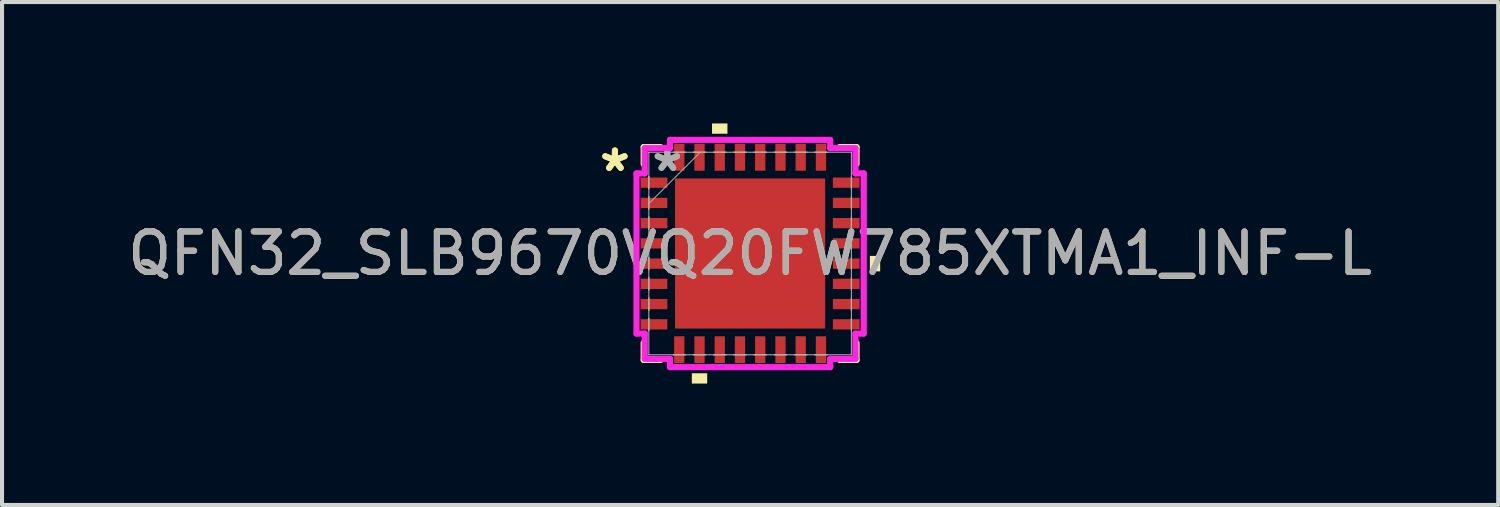
<source format=kicad_pcb>
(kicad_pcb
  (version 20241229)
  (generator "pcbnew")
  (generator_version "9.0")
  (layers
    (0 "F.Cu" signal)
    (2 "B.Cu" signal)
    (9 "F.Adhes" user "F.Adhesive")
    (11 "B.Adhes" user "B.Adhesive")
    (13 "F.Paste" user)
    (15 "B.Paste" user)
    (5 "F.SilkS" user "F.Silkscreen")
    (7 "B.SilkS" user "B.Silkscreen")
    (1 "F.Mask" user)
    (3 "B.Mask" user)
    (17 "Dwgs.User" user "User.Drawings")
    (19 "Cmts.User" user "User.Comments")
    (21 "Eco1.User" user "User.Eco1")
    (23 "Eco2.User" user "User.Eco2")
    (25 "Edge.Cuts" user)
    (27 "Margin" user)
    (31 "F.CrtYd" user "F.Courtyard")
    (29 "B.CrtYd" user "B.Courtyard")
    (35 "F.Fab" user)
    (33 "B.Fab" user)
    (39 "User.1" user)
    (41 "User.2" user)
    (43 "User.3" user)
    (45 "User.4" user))
  (footprint "QFN32_SLB9670VQ20FW785XTMA1_INF-L"
    (layer "F.Cu")
    (at 15.482 3.213)
    (property "Reference" "QFN32_SLB9670VQ20FW785XTMA1_INF-L" (at 0 0 0) (unlocked yes) (layer "F.SilkS") (effects (font (size 1 1) (thickness 0.15))))
    (attr smd)
    (fp_line (start -2.629 -2.629) (end -2.629 -2.21) (stroke (width 0.152) (type solid)) (layer "F.SilkS"))
    (fp_line (start -2.629 2.21) (end -2.629 2.629) (stroke (width 0.152) (type solid)) (layer "F.SilkS"))
    (fp_line (start -2.629 2.629) (end -2.21 2.629) (stroke (width 0.152) (type solid)) (layer "F.SilkS"))
    (fp_line (start -2.21 -2.629) (end -2.629 -2.629) (stroke (width 0.152) (type solid)) (layer "F.SilkS"))
    (fp_line (start 2.21 2.629) (end 2.629 2.629) (stroke (width 0.152) (type solid)) (layer "F.SilkS"))
    (fp_line (start 2.629 -2.629) (end 2.21 -2.629) (stroke (width 0.152) (type solid)) (layer "F.SilkS"))
    (fp_line (start 2.629 -2.21) (end 2.629 -2.629) (stroke (width 0.152) (type solid)) (layer "F.SilkS"))
    (fp_line (start 2.629 2.629) (end 2.629 2.21) (stroke (width 0.152) (type solid)) (layer "F.SilkS"))
    (fp_poly (pts (xy -1.44 2.959) (xy -1.44 3.213) (xy -1.06 3.213) (xy -1.06 2.959)) (stroke (width 0) (type solid)) (fill yes) (layer "F.SilkS"))
    (fp_poly (pts (xy -0.941 -2.959) (xy -0.941 -3.213) (xy -0.56 -3.213) (xy -0.56 -2.959)) (stroke (width 0) (type solid)) (fill yes) (layer "F.SilkS"))
    (fp_poly (pts (xy 3.213 0.059) (xy 3.213 0.441) (xy 2.959 0.441) (xy 2.959 0.059)) (stroke (width 0) (type solid)) (fill yes) (layer "F.SilkS"))
    (fp_poly (pts (xy -1.754 -1.754) (xy -1.754 -0.1) (xy -0.1 -0.1) (xy -0.1 -1.754)) (stroke (width 0) (type solid)) (fill yes) (layer "F.Paste"))
    (fp_poly (pts (xy -1.754 0.1) (xy -1.754 1.754) (xy -0.1 1.754) (xy -0.1 0.1)) (stroke (width 0) (type solid)) (fill yes) (layer "F.Paste"))
    (fp_poly (pts (xy 0.1 -1.754) (xy 0.1 -0.1) (xy 1.754 -0.1) (xy 1.754 -1.754)) (stroke (width 0) (type solid)) (fill yes) (layer "F.Paste"))
    (fp_poly (pts (xy 0.1 0.1) (xy 0.1 1.754) (xy 1.754 1.754) (xy 1.754 0.1)) (stroke (width 0) (type solid)) (fill yes) (layer "F.Paste"))
    (fp_line (start -2.807 -1.979) (end -2.603 -1.979) (stroke (width 0.152) (type solid)) (layer "F.CrtYd"))
    (fp_line (start -2.807 1.979) (end -2.807 -1.979) (stroke (width 0.152) (type solid)) (layer "F.CrtYd"))
    (fp_line (start -2.603 -2.603) (end -1.979 -2.603) (stroke (width 0.152) (type solid)) (layer "F.CrtYd"))
    (fp_line (start -2.603 -1.979) (end -2.603 -2.603) (stroke (width 0.152) (type solid)) (layer "F.CrtYd"))
    (fp_line (start -2.603 1.979) (end -2.807 1.979) (stroke (width 0.152) (type solid)) (layer "F.CrtYd"))
    (fp_line (start -2.603 2.603) (end -2.603 1.979) (stroke (width 0.152) (type solid)) (layer "F.CrtYd"))
    (fp_line (start -1.979 -2.807) (end 1.979 -2.807) (stroke (width 0.152) (type solid)) (layer "F.CrtYd"))
    (fp_line (start -1.979 -2.603) (end -1.979 -2.807) (stroke (width 0.152) (type solid)) (layer "F.CrtYd"))
    (fp_line (start -1.979 2.603) (end -2.603 2.603) (stroke (width 0.152) (type solid)) (layer "F.CrtYd"))
    (fp_line (start -1.979 2.807) (end -1.979 2.603) (stroke (width 0.152) (type solid)) (layer "F.CrtYd"))
    (fp_line (start 1.979 -2.807) (end 1.979 -2.603) (stroke (width 0.152) (type solid)) (layer "F.CrtYd"))
    (fp_line (start 1.979 -2.603) (end 2.603 -2.603) (stroke (width 0.152) (type solid)) (layer "F.CrtYd"))
    (fp_line (start 1.979 2.603) (end 1.979 2.807) (stroke (width 0.152) (type solid)) (layer "F.CrtYd"))
    (fp_line (start 1.979 2.807) (end -1.979 2.807) (stroke (width 0.152) (type solid)) (layer "F.CrtYd"))
    (fp_line (start 2.603 -2.603) (end 2.603 -1.979) (stroke (width 0.152) (type solid)) (layer "F.CrtYd"))
    (fp_line (start 2.603 -1.979) (end 2.807 -1.979) (stroke (width 0.152) (type solid)) (layer "F.CrtYd"))
    (fp_line (start 2.603 1.979) (end 2.603 2.603) (stroke (width 0.152) (type solid)) (layer "F.CrtYd"))
    (fp_line (start 2.603 2.603) (end 1.979 2.603) (stroke (width 0.152) (type solid)) (layer "F.CrtYd"))
    (fp_line (start 2.807 -1.979) (end 2.807 1.979) (stroke (width 0.152) (type solid)) (layer "F.CrtYd"))
    (fp_line (start 2.807 1.979) (end 2.603 1.979) (stroke (width 0.152) (type solid)) (layer "F.CrtYd"))
    (fp_line (start -2.502 -2.502) (end -2.502 -2.502) (stroke (width 0.025) (type solid)) (layer "F.Fab"))
    (fp_line (start -2.502 -2.502) (end -2.502 2.502) (stroke (width 0.025) (type solid)) (layer "F.Fab"))
    (fp_line (start -2.502 -1.902) (end -2.502 -1.902) (stroke (width 0.025) (type solid)) (layer "F.Fab"))
    (fp_line (start -2.502 -1.902) (end -2.502 -1.598) (stroke (width 0.025) (type solid)) (layer "F.Fab"))
    (fp_line (start -2.502 -1.598) (end -2.502 -1.902) (stroke (width 0.025) (type solid)) (layer "F.Fab"))
    (fp_line (start -2.502 -1.598) (end -2.502 -1.598) (stroke (width 0.025) (type solid)) (layer "F.Fab"))
    (fp_line (start -2.502 -1.402) (end -2.502 -1.402) (stroke (width 0.025) (type solid)) (layer "F.Fab"))
    (fp_line (start -2.502 -1.402) (end -2.502 -1.098) (stroke (width 0.025) (type solid)) (layer "F.Fab"))
    (fp_line (start -2.502 -1.232) (end -1.232 -2.502) (stroke (width 0.025) (type solid)) (layer "F.Fab"))
    (fp_line (start -2.502 -1.098) (end -2.502 -1.402) (stroke (width 0.025) (type solid)) (layer "F.Fab"))
    (fp_line (start -2.502 -1.098) (end -2.502 -1.098) (stroke (width 0.025) (type solid)) (layer "F.Fab"))
    (fp_line (start -2.502 -0.902) (end -2.502 -0.902) (stroke (width 0.025) (type solid)) (layer "F.Fab"))
    (fp_line (start -2.502 -0.902) (end -2.502 -0.598) (stroke (width 0.025) (type solid)) (layer "F.Fab"))
    (fp_line (start -2.502 -0.598) (end -2.502 -0.902) (stroke (width 0.025) (type solid)) (layer "F.Fab"))
    (fp_line (start -2.502 -0.598) (end -2.502 -0.598) (stroke (width 0.025) (type solid)) (layer "F.Fab"))
    (fp_line (start -2.502 -0.402) (end -2.502 -0.402) (stroke (width 0.025) (type solid)) (layer "F.Fab"))
    (fp_line (start -2.502 -0.402) (end -2.502 -0.098) (stroke (width 0.025) (type solid)) (layer "F.Fab"))
    (fp_line (start -2.502 -0.098) (end -2.502 -0.402) (stroke (width 0.025) (type solid)) (layer "F.Fab"))
    (fp_line (start -2.502 -0.098) (end -2.502 -0.098) (stroke (width 0.025) (type solid)) (layer "F.Fab"))
    (fp_line (start -2.502 0.098) (end -2.502 0.098) (stroke (width 0.025) (type solid)) (layer "F.Fab"))
    (fp_line (start -2.502 0.098) (end -2.502 0.402) (stroke (width 0.025) (type solid)) (layer "F.Fab"))
    (fp_line (start -2.502 0.402) (end -2.502 0.098) (stroke (width 0.025) (type solid)) (layer "F.Fab"))
    (fp_line (start -2.502 0.402) (end -2.502 0.402) (stroke (width 0.025) (type solid)) (layer "F.Fab"))
    (fp_line (start -2.502 0.598) (end -2.502 0.598) (stroke (width 0.025) (type solid)) (layer "F.Fab"))
    (fp_line (start -2.502 0.598) (end -2.502 0.902) (stroke (width 0.025) (type solid)) (layer "F.Fab"))
    (fp_line (start -2.502 0.902) (end -2.502 0.598) (stroke (width 0.025) (type solid)) (layer "F.Fab"))
    (fp_line (start -2.502 0.902) (end -2.502 0.902) (stroke (width 0.025) (type solid)) (layer "F.Fab"))
    (fp_line (start -2.502 1.098) (end -2.502 1.098) (stroke (width 0.025) (type solid)) (layer "F.Fab"))
    (fp_line (start -2.502 1.098) (end -2.502 1.402) (stroke (width 0.025) (type solid)) (layer "F.Fab"))
    (fp_line (start -2.502 1.402) (end -2.502 1.098) (stroke (width 0.025) (type solid)) (layer "F.Fab"))
    (fp_line (start -2.502 1.402) (end -2.502 1.402) (stroke (width 0.025) (type solid)) (layer "F.Fab"))
    (fp_line (start -2.502 1.598) (end -2.502 1.598) (stroke (width 0.025) (type solid)) (layer "F.Fab"))
    (fp_line (start -2.502 1.598) (end -2.502 1.902) (stroke (width 0.025) (type solid)) (layer "F.Fab"))
    (fp_line (start -2.502 1.902) (end -2.502 1.598) (stroke (width 0.025) (type solid)) (layer "F.Fab"))
    (fp_line (start -2.502 1.902) (end -2.502 1.902) (stroke (width 0.025) (type solid)) (layer "F.Fab"))
    (fp_line (start -2.502 2.502) (end -2.502 2.502) (stroke (width 0.025) (type solid)) (layer "F.Fab"))
    (fp_line (start -2.502 2.502) (end 2.502 2.502) (stroke (width 0.025) (type solid)) (layer "F.Fab"))
    (fp_line (start -1.902 -2.502) (end -1.902 -2.502) (stroke (width 0.025) (type solid)) (layer "F.Fab"))
    (fp_line (start -1.902 -2.502) (end -1.598 -2.502) (stroke (width 0.025) (type solid)) (layer "F.Fab"))
    (fp_line (start -1.902 2.502) (end -1.902 2.502) (stroke (width 0.025) (type solid)) (layer "F.Fab"))
    (fp_line (start -1.902 2.502) (end -1.598 2.502) (stroke (width 0.025) (type solid)) (layer "F.Fab"))
    (fp_line (start -1.598 -2.502) (end -1.902 -2.502) (stroke (width 0.025) (type solid)) (layer "F.Fab"))
    (fp_line (start -1.598 -2.502) (end -1.598 -2.502) (stroke (width 0.025) (type solid)) (layer "F.Fab"))
    (fp_line (start -1.598 2.502) (end -1.902 2.502) (stroke (width 0.025) (type solid)) (layer "F.Fab"))
    (fp_line (start -1.598 2.502) (end -1.598 2.502) (stroke (width 0.025) (type solid)) (layer "F.Fab"))
    (fp_line (start -1.402 -2.502) (end -1.402 -2.502) (stroke (width 0.025) (type solid)) (layer "F.Fab"))
    (fp_line (start -1.402 -2.502) (end -1.098 -2.502) (stroke (width 0.025) (type solid)) (layer "F.Fab"))
    (fp_line (start -1.402 2.502) (end -1.402 2.502) (stroke (width 0.025) (type solid)) (layer "F.Fab"))
    (fp_line (start -1.402 2.502) (end -1.098 2.502) (stroke (width 0.025) (type solid)) (layer "F.Fab"))
    (fp_line (start -1.098 -2.502) (end -1.402 -2.502) (stroke (width 0.025) (type solid)) (layer "F.Fab"))
    (fp_line (start -1.098 -2.502) (end -1.098 -2.502) (stroke (width 0.025) (type solid)) (layer "F.Fab"))
    (fp_line (start -1.098 2.502) (end -1.402 2.502) (stroke (width 0.025) (type solid)) (layer "F.Fab"))
    (fp_line (start -1.098 2.502) (end -1.098 2.502) (stroke (width 0.025) (type solid)) (layer "F.Fab"))
    (fp_line (start -0.902 -2.502) (end -0.902 -2.502) (stroke (width 0.025) (type solid)) (layer "F.Fab"))
    (fp_line (start -0.902 -2.502) (end -0.598 -2.502) (stroke (width 0.025) (type solid)) (layer "F.Fab"))
    (fp_line (start -0.902 2.502) (end -0.902 2.502) (stroke (width 0.025) (type solid)) (layer "F.Fab"))
    (fp_line (start -0.902 2.502) (end -0.598 2.502) (stroke (width 0.025) (type solid)) (layer "F.Fab"))
    (fp_line (start -0.598 -2.502) (end -0.902 -2.502) (stroke (width 0.025) (type solid)) (layer "F.Fab"))
    (fp_line (start -0.598 -2.502) (end -0.598 -2.502) (stroke (width 0.025) (type solid)) (layer "F.Fab"))
    (fp_line (start -0.598 2.502) (end -0.902 2.502) (stroke (width 0.025) (type solid)) (layer "F.Fab"))
    (fp_line (start -0.598 2.502) (end -0.598 2.502) (stroke (width 0.025) (type solid)) (layer "F.Fab"))
    (fp_line (start -0.402 -2.502) (end -0.402 -2.502) (stroke (width 0.025) (type solid)) (layer "F.Fab"))
    (fp_line (start -0.402 -2.502) (end -0.098 -2.502) (stroke (width 0.025) (type solid)) (layer "F.Fab"))
    (fp_line (start -0.402 2.502) (end -0.402 2.502) (stroke (width 0.025) (type solid)) (layer "F.Fab"))
    (fp_line (start -0.402 2.502) (end -0.098 2.502) (stroke (width 0.025) (type solid)) (layer "F.Fab"))
    (fp_line (start -0.098 -2.502) (end -0.402 -2.502) (stroke (width 0.025) (type solid)) (layer "F.Fab"))
    (fp_line (start -0.098 -2.502) (end -0.098 -2.502) (stroke (width 0.025) (type solid)) (layer "F.Fab"))
    (fp_line (start -0.098 2.502) (end -0.402 2.502) (stroke (width 0.025) (type solid)) (layer "F.Fab"))
    (fp_line (start -0.098 2.502) (end -0.098 2.502) (stroke (width 0.025) (type solid)) (layer "F.Fab"))
    (fp_line (start 0.098 -2.502) (end 0.098 -2.502) (stroke (width 0.025) (type solid)) (layer "F.Fab"))
    (fp_line (start 0.098 -2.502) (end 0.402 -2.502) (stroke (width 0.025) (type solid)) (layer "F.Fab"))
    (fp_line (start 0.098 2.502) (end 0.098 2.502) (stroke (width 0.025) (type solid)) (layer "F.Fab"))
    (fp_line (start 0.098 2.502) (end 0.402 2.502) (stroke (width 0.025) (type solid)) (layer "F.Fab"))
    (fp_line (start 0.402 -2.502) (end 0.098 -2.502) (stroke (width 0.025) (type solid)) (layer "F.Fab"))
    (fp_line (start 0.402 -2.502) (end 0.402 -2.502) (stroke (width 0.025) (type solid)) (layer "F.Fab"))
    (fp_line (start 0.402 2.502) (end 0.098 2.502) (stroke (width 0.025) (type solid)) (layer "F.Fab"))
    (fp_line (start 0.402 2.502) (end 0.402 2.502) (stroke (width 0.025) (type solid)) (layer "F.Fab"))
    (fp_line (start 0.598 -2.502) (end 0.598 -2.502) (stroke (width 0.025) (type solid)) (layer "F.Fab"))
    (fp_line (start 0.598 -2.502) (end 0.902 -2.502) (stroke (width 0.025) (type solid)) (layer "F.Fab"))
    (fp_line (start 0.598 2.502) (end 0.598 2.502) (stroke (width 0.025) (type solid)) (layer "F.Fab"))
    (fp_line (start 0.598 2.502) (end 0.902 2.502) (stroke (width 0.025) (type solid)) (layer "F.Fab"))
    (fp_line (start 0.902 -2.502) (end 0.598 -2.502) (stroke (width 0.025) (type solid)) (layer "F.Fab"))
    (fp_line (start 0.902 -2.502) (end 0.902 -2.502) (stroke (width 0.025) (type solid)) (layer "F.Fab"))
    (fp_line (start 0.902 2.502) (end 0.598 2.502) (stroke (width 0.025) (type solid)) (layer "F.Fab"))
    (fp_line (start 0.902 2.502) (end 0.902 2.502) (stroke (width 0.025) (type solid)) (layer "F.Fab"))
    (fp_line (start 1.098 -2.502) (end 1.098 -2.502) (stroke (width 0.025) (type solid)) (layer "F.Fab"))
    (fp_line (start 1.098 -2.502) (end 1.402 -2.502) (stroke (width 0.025) (type solid)) (layer "F.Fab"))
    (fp_line (start 1.098 2.502) (end 1.098 2.502) (stroke (width 0.025) (type solid)) (layer "F.Fab"))
    (fp_line (start 1.098 2.502) (end 1.402 2.502) (stroke (width 0.025) (type solid)) (layer "F.Fab"))
    (fp_line (start 1.402 -2.502) (end 1.098 -2.502) (stroke (width 0.025) (type solid)) (layer "F.Fab"))
    (fp_line (start 1.402 -2.502) (end 1.402 -2.502) (stroke (width 0.025) (type solid)) (layer "F.Fab"))
    (fp_line (start 1.402 2.502) (end 1.098 2.502) (stroke (width 0.025) (type solid)) (layer "F.Fab"))
    (fp_line (start 1.402 2.502) (end 1.402 2.502) (stroke (width 0.025) (type solid)) (layer "F.Fab"))
    (fp_line (start 1.598 -2.502) (end 1.598 -2.502) (stroke (width 0.025) (type solid)) (layer "F.Fab"))
    (fp_line (start 1.598 -2.502) (end 1.902 -2.502) (stroke (width 0.025) (type solid)) (layer "F.Fab"))
    (fp_line (start 1.598 2.502) (end 1.598 2.502) (stroke (width 0.025) (type solid)) (layer "F.Fab"))
    (fp_line (start 1.598 2.502) (end 1.902 2.502) (stroke (width 0.025) (type solid)) (layer "F.Fab"))
    (fp_line (start 1.902 -2.502) (end 1.598 -2.502) (stroke (width 0.025) (type solid)) (layer "F.Fab"))
    (fp_line (start 1.902 -2.502) (end 1.902 -2.502) (stroke (width 0.025) (type solid)) (layer "F.Fab"))
    (fp_line (start 1.902 2.502) (end 1.598 2.502) (stroke (width 0.025) (type solid)) (layer "F.Fab"))
    (fp_line (start 1.902 2.502) (end 1.902 2.502) (stroke (width 0.025) (type solid)) (layer "F.Fab"))
    (fp_line (start 2.502 -2.502) (end -2.502 -2.502) (stroke (width 0.025) (type solid)) (layer "F.Fab"))
    (fp_line (start 2.502 -2.502) (end 2.502 -2.502) (stroke (width 0.025) (type solid)) (layer "F.Fab"))
    (fp_line (start 2.502 -1.902) (end 2.502 -1.902) (stroke (width 0.025) (type solid)) (layer "F.Fab"))
    (fp_line (start 2.502 -1.902) (end 2.502 -1.598) (stroke (width 0.025) (type solid)) (layer "F.Fab"))
    (fp_line (start 2.502 -1.598) (end 2.502 -1.902) (stroke (width 0.025) (type solid)) (layer "F.Fab"))
    (fp_line (start 2.502 -1.598) (end 2.502 -1.598) (stroke (width 0.025) (type solid)) (layer "F.Fab"))
    (fp_line (start 2.502 -1.402) (end 2.502 -1.402) (stroke (width 0.025) (type solid)) (layer "F.Fab"))
    (fp_line (start 2.502 -1.402) (end 2.502 -1.098) (stroke (width 0.025) (type solid)) (layer "F.Fab"))
    (fp_line (start 2.502 -1.098) (end 2.502 -1.402) (stroke (width 0.025) (type solid)) (layer "F.Fab"))
    (fp_line (start 2.502 -1.098) (end 2.502 -1.098) (stroke (width 0.025) (type solid)) (layer "F.Fab"))
    (fp_line (start 2.502 -0.902) (end 2.502 -0.902) (stroke (width 0.025) (type solid)) (layer "F.Fab"))
    (fp_line (start 2.502 -0.902) (end 2.502 -0.598) (stroke (width 0.025) (type solid)) (layer "F.Fab"))
    (fp_line (start 2.502 -0.598) (end 2.502 -0.902) (stroke (width 0.025) (type solid)) (layer "F.Fab"))
    (fp_line (start 2.502 -0.598) (end 2.502 -0.598) (stroke (width 0.025) (type solid)) (layer "F.Fab"))
    (fp_line (start 2.502 -0.402) (end 2.502 -0.402) (stroke (width 0.025) (type solid)) (layer "F.Fab"))
    (fp_line (start 2.502 -0.402) (end 2.502 -0.098) (stroke (width 0.025) (type solid)) (layer "F.Fab"))
    (fp_line (start 2.502 -0.098) (end 2.502 -0.402) (stroke (width 0.025) (type solid)) (layer "F.Fab"))
    (fp_line (start 2.502 -0.098) (end 2.502 -0.098) (stroke (width 0.025) (type solid)) (layer "F.Fab"))
    (fp_line (start 2.502 0.098) (end 2.502 0.098) (stroke (width 0.025) (type solid)) (layer "F.Fab"))
    (fp_line (start 2.502 0.098) (end 2.502 0.402) (stroke (width 0.025) (type solid)) (layer "F.Fab"))
    (fp_line (start 2.502 0.402) (end 2.502 0.098) (stroke (width 0.025) (type solid)) (layer "F.Fab"))
    (fp_line (start 2.502 0.402) (end 2.502 0.402) (stroke (width 0.025) (type solid)) (layer "F.Fab"))
    (fp_line (start 2.502 0.598) (end 2.502 0.598) (stroke (width 0.025) (type solid)) (layer "F.Fab"))
    (fp_line (start 2.502 0.598) (end 2.502 0.902) (stroke (width 0.025) (type solid)) (layer "F.Fab"))
    (fp_line (start 2.502 0.902) (end 2.502 0.598) (stroke (width 0.025) (type solid)) (layer "F.Fab"))
    (fp_line (start 2.502 0.902) (end 2.502 0.902) (stroke (width 0.025) (type solid)) (layer "F.Fab"))
    (fp_line (start 2.502 1.098) (end 2.502 1.098) (stroke (width 0.025) (type solid)) (layer "F.Fab"))
    (fp_line (start 2.502 1.098) (end 2.502 1.402) (stroke (width 0.025) (type solid)) (layer "F.Fab"))
    (fp_line (start 2.502 1.402) (end 2.502 1.098) (stroke (width 0.025) (type solid)) (layer "F.Fab"))
    (fp_line (start 2.502 1.402) (end 2.502 1.402) (stroke (width 0.025) (type solid)) (layer "F.Fab"))
    (fp_line (start 2.502 1.598) (end 2.502 1.598) (stroke (width 0.025) (type solid)) (layer "F.Fab"))
    (fp_line (start 2.502 1.598) (end 2.502 1.902) (stroke (width 0.025) (type solid)) (layer "F.Fab"))
    (fp_line (start 2.502 1.902) (end 2.502 1.598) (stroke (width 0.025) (type solid)) (layer "F.Fab"))
    (fp_line (start 2.502 1.902) (end 2.502 1.902) (stroke (width 0.025) (type solid)) (layer "F.Fab"))
    (fp_line (start 2.502 2.502) (end 2.502 -2.502) (stroke (width 0.025) (type solid)) (layer "F.Fab"))
    (fp_line (start 2.502 2.502) (end 2.502 2.502) (stroke (width 0.025) (type solid)) (layer "F.Fab"))
    (fp_text user "*" (at -3.34 -2 0) (layer "F.SilkS") (effects (font (size 1 1) (thickness 0.15))))
    (fp_text user "*" (at -3.34 -2 0) (unlocked yes) (layer "F.SilkS") (effects (font (size 1 1) (thickness 0.15))))
    (fp_text user "*" (at -2.045 -2 0) (unlocked yes) (layer "F.Fab") (effects (font (size 1 1) (thickness 0.15))))
    (fp_text user "*" (at -2.045 -2 0) (layer "F.Fab") (effects (font (size 1 1) (thickness 0.15))))
    (fp_text user "${REFERENCE}" (at 0 0 0) (unlocked yes) (layer "F.Fab") (effects (font (size 1 1) (thickness 0.15))))
    (pad "1" smd rect (at -2.375 -1.75 90) (size 0.254 0.66) (layers "F.Cu" "F.Mask" "F.Paste"))
    (pad "2" smd rect (at -2.375 -1.25 90) (size 0.254 0.66) (layers "F.Cu" "F.Mask" "F.Paste"))
    (pad "3" smd rect (at -2.375 -0.75 90) (size 0.254 0.66) (layers "F.Cu" "F.Mask" "F.Paste"))
    (pad "4" smd rect (at -2.375 -0.25 90) (size 0.254 0.66) (layers "F.Cu" "F.Mask" "F.Paste"))
    (pad "5" smd rect (at -2.375 0.25 90) (size 0.254 0.66) (layers "F.Cu" "F.Mask" "F.Paste"))
    (pad "6" smd rect (at -2.375 0.75 90) (size 0.254 0.66) (layers "F.Cu" "F.Mask" "F.Paste"))
    (pad "7" smd rect (at -2.375 1.25 90) (size 0.254 0.66) (layers "F.Cu" "F.Mask" "F.Paste"))
    (pad "8" smd rect (at -2.375 1.75 90) (size 0.254 0.66) (layers "F.Cu" "F.Mask" "F.Paste"))
    (pad "9" smd rect (at -1.75 2.375) (size 0.254 0.66) (layers "F.Cu" "F.Mask" "F.Paste"))
    (pad "10" smd rect (at -1.25 2.375) (size 0.254 0.66) (layers "F.Cu" "F.Mask" "F.Paste"))
    (pad "11" smd rect (at -0.75 2.375) (size 0.254 0.66) (layers "F.Cu" "F.Mask" "F.Paste"))
    (pad "12" smd rect (at -0.25 2.375) (size 0.254 0.66) (layers "F.Cu" "F.Mask" "F.Paste"))
    (pad "13" smd rect (at 0.25 2.375) (size 0.254 0.66) (layers "F.Cu" "F.Mask" "F.Paste"))
    (pad "14" smd rect (at 0.75 2.375) (size 0.254 0.66) (layers "F.Cu" "F.Mask" "F.Paste"))
    (pad "15" smd rect (at 1.25 2.375) (size 0.254 0.66) (layers "F.Cu" "F.Mask" "F.Paste"))
    (pad "16" smd rect (at 1.75 2.375) (size 0.254 0.66) (layers "F.Cu" "F.Mask" "F.Paste"))
    (pad "17" smd rect (at 2.375 1.75 90) (size 0.254 0.66) (layers "F.Cu" "F.Mask" "F.Paste"))
    (pad "18" smd rect (at 2.375 1.25 90) (size 0.254 0.66) (layers "F.Cu" "F.Mask" "F.Paste"))
    (pad "19" smd rect (at 2.375 0.75 90) (size 0.254 0.66) (layers "F.Cu" "F.Mask" "F.Paste"))
    (pad "20" smd rect (at 2.375 0.25 90) (size 0.254 0.66) (layers "F.Cu" "F.Mask" "F.Paste"))
    (pad "21" smd rect (at 2.375 -0.25 90) (size 0.254 0.66) (layers "F.Cu" "F.Mask" "F.Paste"))
    (pad "22" smd rect (at 2.375 -0.75 90) (size 0.254 0.66) (layers "F.Cu" "F.Mask" "F.Paste"))
    (pad "23" smd rect (at 2.375 -1.25 90) (size 0.254 0.66) (layers "F.Cu" "F.Mask" "F.Paste"))
    (pad "24" smd rect (at 2.375 -1.75 90) (size 0.254 0.66) (layers "F.Cu" "F.Mask" "F.Paste"))
    (pad "25" smd rect (at 1.75 -2.375) (size 0.254 0.66) (layers "F.Cu" "F.Mask" "F.Paste"))
    (pad "26" smd rect (at 1.25 -2.375) (size 0.254 0.66) (layers "F.Cu" "F.Mask" "F.Paste"))
    (pad "27" smd rect (at 0.75 -2.375) (size 0.254 0.66) (layers "F.Cu" "F.Mask" "F.Paste"))
    (pad "28" smd rect (at 0.25 -2.375) (size 0.254 0.66) (layers "F.Cu" "F.Mask" "F.Paste"))
    (pad "29" smd rect (at -0.25 -2.375) (size 0.254 0.66) (layers "F.Cu" "F.Mask" "F.Paste"))
    (pad "30" smd rect (at -0.75 -2.375) (size 0.254 0.66) (layers "F.Cu" "F.Mask" "F.Paste"))
    (pad "31" smd rect (at -1.25 -2.375) (size 0.254 0.66) (layers "F.Cu" "F.Mask" "F.Paste"))
    (pad "32" smd rect (at -1.75 -2.375) (size 0.254 0.66) (layers "F.Cu" "F.Mask" "F.Paste"))
    (pad "33" smd rect (at 0 0) (size 3.708 3.708) (layers "F.Cu" "F.Mask")))
  (gr_rect
    (start -3 -3)
    (end 33.964 9.426)
    (stroke (width 0.1) (type default))
    (fill no)
    (layer "Edge.Cuts")))
</source>
